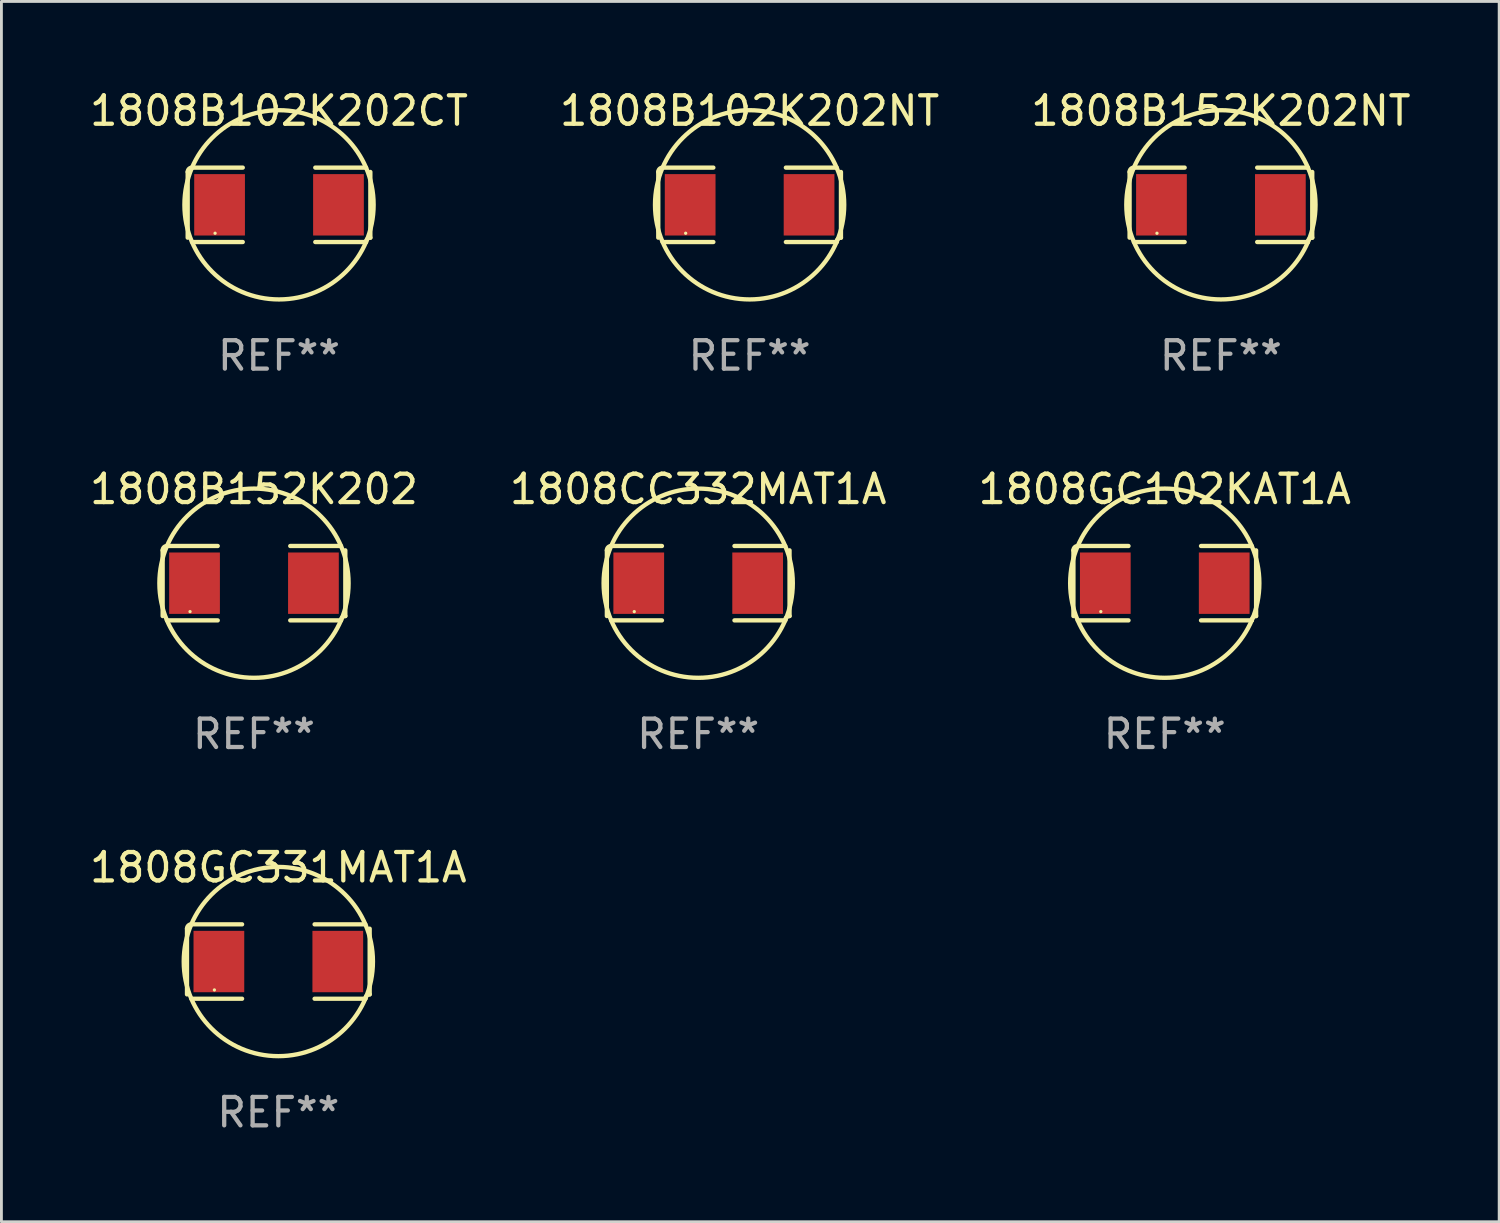
<source format=kicad_pcb>
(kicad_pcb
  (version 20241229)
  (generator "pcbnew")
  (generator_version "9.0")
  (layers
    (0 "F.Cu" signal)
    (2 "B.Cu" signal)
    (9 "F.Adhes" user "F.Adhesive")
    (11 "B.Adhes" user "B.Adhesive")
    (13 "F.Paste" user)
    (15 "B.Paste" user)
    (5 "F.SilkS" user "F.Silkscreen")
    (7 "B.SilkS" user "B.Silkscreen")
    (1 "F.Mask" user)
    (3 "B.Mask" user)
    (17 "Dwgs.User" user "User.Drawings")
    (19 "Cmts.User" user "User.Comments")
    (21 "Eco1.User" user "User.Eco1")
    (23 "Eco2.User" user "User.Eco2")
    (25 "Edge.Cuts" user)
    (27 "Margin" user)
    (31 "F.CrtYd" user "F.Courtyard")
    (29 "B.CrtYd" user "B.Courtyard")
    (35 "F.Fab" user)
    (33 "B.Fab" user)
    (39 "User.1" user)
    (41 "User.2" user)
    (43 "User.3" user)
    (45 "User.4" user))
  (footprint "1808B152K202NT"
    (layer "F.Cu")
    (at 39.911 4.157)
    (property "Reference" "1808B152K202NT" (at 0 -3.309 0) (layer "F.SilkS") (effects (font (size 1 1) (thickness 0.15))))
    (attr through_hole)
    (fp_line (start -3.214 -1.156) (end -3.214 1.156) (stroke (width 0.152) (type solid)) (layer "F.SilkS"))
    (fp_line (start -3.061 1.309) (end -1.276 1.309) (stroke (width 0.152) (type solid)) (layer "F.SilkS"))
    (fp_line (start -1.276 -1.309) (end -3.061 -1.309) (stroke (width 0.152) (type solid)) (layer "F.SilkS"))
    (fp_line (start 1.276 -1.309) (end 3.061 -1.309) (stroke (width 0.152) (type solid)) (layer "F.SilkS"))
    (fp_line (start 3.061 1.309) (end 1.276 1.309) (stroke (width 0.152) (type solid)) (layer "F.SilkS"))
    (fp_line (start 3.214 -1.156) (end 3.214 1.156) (stroke (width 0.152) (type solid)) (layer "F.SilkS"))
    (fp_arc (start -3.21359 -1.15621) (mid -3.168953 -1.263974) (end -3.061189 -1.308611) (stroke (width 0.1524) (type solid)) (layer "F.SilkS"))
    (fp_arc (start 3.061188 1.308611) (mid 3.105825 1.200847) (end 3.213589 1.15621) (stroke (width 0.1524) (type solid)) (layer "F.SilkS"))
    (fp_arc (start 3.061189 -1.308611) (mid -3.061167 1.308589) (end 3.061189 -1.308611) (stroke (width 0.1524) (type solid)) (layer "F.SilkS"))
    (fp_circle (center -2.25 1) (end -2.22 1) (stroke (width 0.06) (type solid)) (fill no) (layer "F.SilkS"))
    (fp_text user "REF**" (at 0 5.309 0) (layer "F.Fab") (effects (font (size 1 1) (thickness 0.15))))
    (pad "1" smd rect (at -2.092 0) (size 1.785 2.16) (layers "F.Cu" "F.Mask" "F.Paste"))
    (pad "2" smd rect (at 2.092 0) (size 1.785 2.16) (layers "F.Cu" "F.Mask" "F.Paste")))
  (footprint "1808CC332MAT1A"
    (layer "F.Cu")
    (at 21.518 17.471)
    (property "Reference" "1808CC332MAT1A" (at 0 -3.309 0) (layer "F.SilkS") (effects (font (size 1 1) (thickness 0.15))))
    (attr through_hole)
    (fp_line (start -3.214 -1.156) (end -3.214 1.156) (stroke (width 0.152) (type solid)) (layer "F.SilkS"))
    (fp_line (start -3.061 1.309) (end -1.276 1.309) (stroke (width 0.152) (type solid)) (layer "F.SilkS"))
    (fp_line (start -1.276 -1.309) (end -3.061 -1.309) (stroke (width 0.152) (type solid)) (layer "F.SilkS"))
    (fp_line (start 1.276 -1.309) (end 3.061 -1.309) (stroke (width 0.152) (type solid)) (layer "F.SilkS"))
    (fp_line (start 3.061 1.309) (end 1.276 1.309) (stroke (width 0.152) (type solid)) (layer "F.SilkS"))
    (fp_line (start 3.214 -1.156) (end 3.214 1.156) (stroke (width 0.152) (type solid)) (layer "F.SilkS"))
    (fp_arc (start -3.21359 -1.15621) (mid -3.168953 -1.263974) (end -3.061189 -1.308611) (stroke (width 0.1524) (type solid)) (layer "F.SilkS"))
    (fp_arc (start 3.061188 1.308611) (mid 3.105825 1.200847) (end 3.213589 1.15621) (stroke (width 0.1524) (type solid)) (layer "F.SilkS"))
    (fp_arc (start 3.061189 -1.308611) (mid -3.061167 1.308589) (end 3.061189 -1.308611) (stroke (width 0.1524) (type solid)) (layer "F.SilkS"))
    (fp_circle (center -2.25 1) (end -2.22 1) (stroke (width 0.06) (type solid)) (fill no) (layer "F.SilkS"))
    (fp_text user "REF**" (at 0 5.309 0) (layer "F.Fab") (effects (font (size 1 1) (thickness 0.15))))
    (pad "1" smd rect (at -2.092 0) (size 1.785 2.16) (layers "F.Cu" "F.Mask" "F.Paste"))
    (pad "2" smd rect (at 2.092 0) (size 1.785 2.16) (layers "F.Cu" "F.Mask" "F.Paste")))
  (footprint "1808B102K202CT"
    (layer "F.Cu")
    (at 6.768 4.157)
    (property "Reference" "1808B102K202CT" (at 0 -3.309 0) (layer "F.SilkS") (effects (font (size 1 1) (thickness 0.15))))
    (attr through_hole)
    (fp_line (start -3.214 -1.156) (end -3.214 1.156) (stroke (width 0.152) (type solid)) (layer "F.SilkS"))
    (fp_line (start -3.061 1.309) (end -1.276 1.309) (stroke (width 0.152) (type solid)) (layer "F.SilkS"))
    (fp_line (start -1.276 -1.309) (end -3.061 -1.309) (stroke (width 0.152) (type solid)) (layer "F.SilkS"))
    (fp_line (start 1.276 -1.309) (end 3.061 -1.309) (stroke (width 0.152) (type solid)) (layer "F.SilkS"))
    (fp_line (start 3.061 1.309) (end 1.276 1.309) (stroke (width 0.152) (type solid)) (layer "F.SilkS"))
    (fp_line (start 3.214 -1.156) (end 3.214 1.156) (stroke (width 0.152) (type solid)) (layer "F.SilkS"))
    (fp_arc (start -3.21359 -1.15621) (mid -3.168953 -1.263974) (end -3.061189 -1.308611) (stroke (width 0.1524) (type solid)) (layer "F.SilkS"))
    (fp_arc (start 3.061188 1.308611) (mid 3.105825 1.200847) (end 3.213589 1.15621) (stroke (width 0.1524) (type solid)) (layer "F.SilkS"))
    (fp_arc (start 3.061189 -1.308611) (mid -3.061167 1.308589) (end 3.061189 -1.308611) (stroke (width 0.1524) (type solid)) (layer "F.SilkS"))
    (fp_circle (center -2.25 1) (end -2.22 1) (stroke (width 0.06) (type solid)) (fill no) (layer "F.SilkS"))
    (fp_text user "REF**" (at 0 5.309 0) (layer "F.Fab") (effects (font (size 1 1) (thickness 0.15))))
    (pad "1" smd rect (at -2.092 0) (size 1.785 2.16) (layers "F.Cu" "F.Mask" "F.Paste"))
    (pad "2" smd rect (at 2.092 0) (size 1.785 2.16) (layers "F.Cu" "F.Mask" "F.Paste")))
  (footprint "1808B152K202"
    (layer "F.Cu")
    (at 5.887 17.471)
    (property "Reference" "1808B152K202" (at 0 -3.309 0) (layer "F.SilkS") (effects (font (size 1 1) (thickness 0.15))))
    (attr through_hole)
    (fp_line (start -3.214 -1.156) (end -3.214 1.156) (stroke (width 0.152) (type solid)) (layer "F.SilkS"))
    (fp_line (start -3.061 1.309) (end -1.276 1.309) (stroke (width 0.152) (type solid)) (layer "F.SilkS"))
    (fp_line (start -1.276 -1.309) (end -3.061 -1.309) (stroke (width 0.152) (type solid)) (layer "F.SilkS"))
    (fp_line (start 1.276 -1.309) (end 3.061 -1.309) (stroke (width 0.152) (type solid)) (layer "F.SilkS"))
    (fp_line (start 3.061 1.309) (end 1.276 1.309) (stroke (width 0.152) (type solid)) (layer "F.SilkS"))
    (fp_line (start 3.214 -1.156) (end 3.214 1.156) (stroke (width 0.152) (type solid)) (layer "F.SilkS"))
    (fp_arc (start -3.21359 -1.15621) (mid -3.168953 -1.263974) (end -3.061189 -1.308611) (stroke (width 0.1524) (type solid)) (layer "F.SilkS"))
    (fp_arc (start 3.061188 1.308611) (mid 3.105825 1.200847) (end 3.213589 1.15621) (stroke (width 0.1524) (type solid)) (layer "F.SilkS"))
    (fp_arc (start 3.061189 -1.308611) (mid -3.061167 1.308589) (end 3.061189 -1.308611) (stroke (width 0.1524) (type solid)) (layer "F.SilkS"))
    (fp_circle (center -2.25 1) (end -2.22 1) (stroke (width 0.06) (type solid)) (fill no) (layer "F.SilkS"))
    (fp_text user "REF**" (at 0 5.309 0) (layer "F.Fab") (effects (font (size 1 1) (thickness 0.15))))
    (pad "1" smd rect (at -2.092 0) (size 1.785 2.16) (layers "F.Cu" "F.Mask" "F.Paste"))
    (pad "2" smd rect (at 2.092 0) (size 1.785 2.16) (layers "F.Cu" "F.Mask" "F.Paste")))
  (footprint "1808GC102KAT1A"
    (layer "F.Cu")
    (at 37.935 17.471)
    (property "Reference" "1808GC102KAT1A" (at 0 -3.309 0) (layer "F.SilkS") (effects (font (size 1 1) (thickness 0.15))))
    (attr through_hole)
    (fp_line (start -3.214 -1.156) (end -3.214 1.156) (stroke (width 0.152) (type solid)) (layer "F.SilkS"))
    (fp_line (start -3.061 1.309) (end -1.276 1.309) (stroke (width 0.152) (type solid)) (layer "F.SilkS"))
    (fp_line (start -1.276 -1.309) (end -3.061 -1.309) (stroke (width 0.152) (type solid)) (layer "F.SilkS"))
    (fp_line (start 1.276 -1.309) (end 3.061 -1.309) (stroke (width 0.152) (type solid)) (layer "F.SilkS"))
    (fp_line (start 3.061 1.309) (end 1.276 1.309) (stroke (width 0.152) (type solid)) (layer "F.SilkS"))
    (fp_line (start 3.214 -1.156) (end 3.214 1.156) (stroke (width 0.152) (type solid)) (layer "F.SilkS"))
    (fp_arc (start -3.21359 -1.15621) (mid -3.168953 -1.263974) (end -3.061189 -1.308611) (stroke (width 0.1524) (type solid)) (layer "F.SilkS"))
    (fp_arc (start 3.061188 1.308611) (mid 3.105825 1.200847) (end 3.213589 1.15621) (stroke (width 0.1524) (type solid)) (layer "F.SilkS"))
    (fp_arc (start 3.061189 -1.308611) (mid -3.061167 1.308589) (end 3.061189 -1.308611) (stroke (width 0.1524) (type solid)) (layer "F.SilkS"))
    (fp_circle (center -2.25 1) (end -2.22 1) (stroke (width 0.06) (type solid)) (fill no) (layer "F.SilkS"))
    (fp_text user "REF**" (at 0 5.309 0) (layer "F.Fab") (effects (font (size 1 1) (thickness 0.15))))
    (pad "1" smd rect (at -2.092 0) (size 1.785 2.16) (layers "F.Cu" "F.Mask" "F.Paste"))
    (pad "2" smd rect (at 2.092 0) (size 1.785 2.16) (layers "F.Cu" "F.Mask" "F.Paste")))
  (footprint "1808GC331MAT1A"
    (layer "F.Cu")
    (at 6.744 30.784)
    (property "Reference" "1808GC331MAT1A" (at 0 -3.309 0) (layer "F.SilkS") (effects (font (size 1 1) (thickness 0.15))))
    (attr through_hole)
    (fp_line (start -3.214 -1.156) (end -3.214 1.156) (stroke (width 0.152) (type solid)) (layer "F.SilkS"))
    (fp_line (start -3.061 1.309) (end -1.276 1.309) (stroke (width 0.152) (type solid)) (layer "F.SilkS"))
    (fp_line (start -1.276 -1.309) (end -3.061 -1.309) (stroke (width 0.152) (type solid)) (layer "F.SilkS"))
    (fp_line (start 1.276 -1.309) (end 3.061 -1.309) (stroke (width 0.152) (type solid)) (layer "F.SilkS"))
    (fp_line (start 3.061 1.309) (end 1.276 1.309) (stroke (width 0.152) (type solid)) (layer "F.SilkS"))
    (fp_line (start 3.214 -1.156) (end 3.214 1.156) (stroke (width 0.152) (type solid)) (layer "F.SilkS"))
    (fp_arc (start -3.21359 -1.15621) (mid -3.168953 -1.263974) (end -3.061189 -1.308611) (stroke (width 0.1524) (type solid)) (layer "F.SilkS"))
    (fp_arc (start 3.061188 1.308611) (mid 3.105825 1.200847) (end 3.213589 1.15621) (stroke (width 0.1524) (type solid)) (layer "F.SilkS"))
    (fp_arc (start 3.061189 -1.308611) (mid -3.061167 1.308589) (end 3.061189 -1.308611) (stroke (width 0.1524) (type solid)) (layer "F.SilkS"))
    (fp_circle (center -2.25 1) (end -2.22 1) (stroke (width 0.06) (type solid)) (fill no) (layer "F.SilkS"))
    (fp_text user "REF**" (at 0 5.309 0) (layer "F.Fab") (effects (font (size 1 1) (thickness 0.15))))
    (pad "1" smd rect (at -2.092 0) (size 1.785 2.16) (layers "F.Cu" "F.Mask" "F.Paste"))
    (pad "2" smd rect (at 2.092 0) (size 1.785 2.16) (layers "F.Cu" "F.Mask" "F.Paste")))
  (footprint "1808B102K202NT"
    (layer "F.Cu")
    (at 23.327 4.157)
    (property "Reference" "1808B102K202NT" (at 0 -3.309 0) (layer "F.SilkS") (effects (font (size 1 1) (thickness 0.15))))
    (attr through_hole)
    (fp_line (start -3.214 -1.156) (end -3.214 1.156) (stroke (width 0.152) (type solid)) (layer "F.SilkS"))
    (fp_line (start -3.061 1.309) (end -1.276 1.309) (stroke (width 0.152) (type solid)) (layer "F.SilkS"))
    (fp_line (start -1.276 -1.309) (end -3.061 -1.309) (stroke (width 0.152) (type solid)) (layer "F.SilkS"))
    (fp_line (start 1.276 -1.309) (end 3.061 -1.309) (stroke (width 0.152) (type solid)) (layer "F.SilkS"))
    (fp_line (start 3.061 1.309) (end 1.276 1.309) (stroke (width 0.152) (type solid)) (layer "F.SilkS"))
    (fp_line (start 3.214 -1.156) (end 3.214 1.156) (stroke (width 0.152) (type solid)) (layer "F.SilkS"))
    (fp_arc (start -3.21359 -1.15621) (mid -3.168953 -1.263974) (end -3.061189 -1.308611) (stroke (width 0.1524) (type solid)) (layer "F.SilkS"))
    (fp_arc (start 3.061188 1.308611) (mid 3.105825 1.200847) (end 3.213589 1.15621) (stroke (width 0.1524) (type solid)) (layer "F.SilkS"))
    (fp_arc (start 3.061189 -1.308611) (mid -3.061167 1.308589) (end 3.061189 -1.308611) (stroke (width 0.1524) (type solid)) (layer "F.SilkS"))
    (fp_circle (center -2.25 1) (end -2.22 1) (stroke (width 0.06) (type solid)) (fill no) (layer "F.SilkS"))
    (fp_text user "REF**" (at 0 5.309 0) (layer "F.Fab") (effects (font (size 1 1) (thickness 0.15))))
    (pad "1" smd rect (at -2.092 0) (size 1.785 2.16) (layers "F.Cu" "F.Mask" "F.Paste"))
    (pad "2" smd rect (at 2.092 0) (size 1.785 2.16) (layers "F.Cu" "F.Mask" "F.Paste")))
  (gr_rect
    (start -3 -3)
    (end 49.702 39.941)
    (stroke (width 0.1) (type default))
    (fill no)
    (layer "Edge.Cuts")))
</source>
